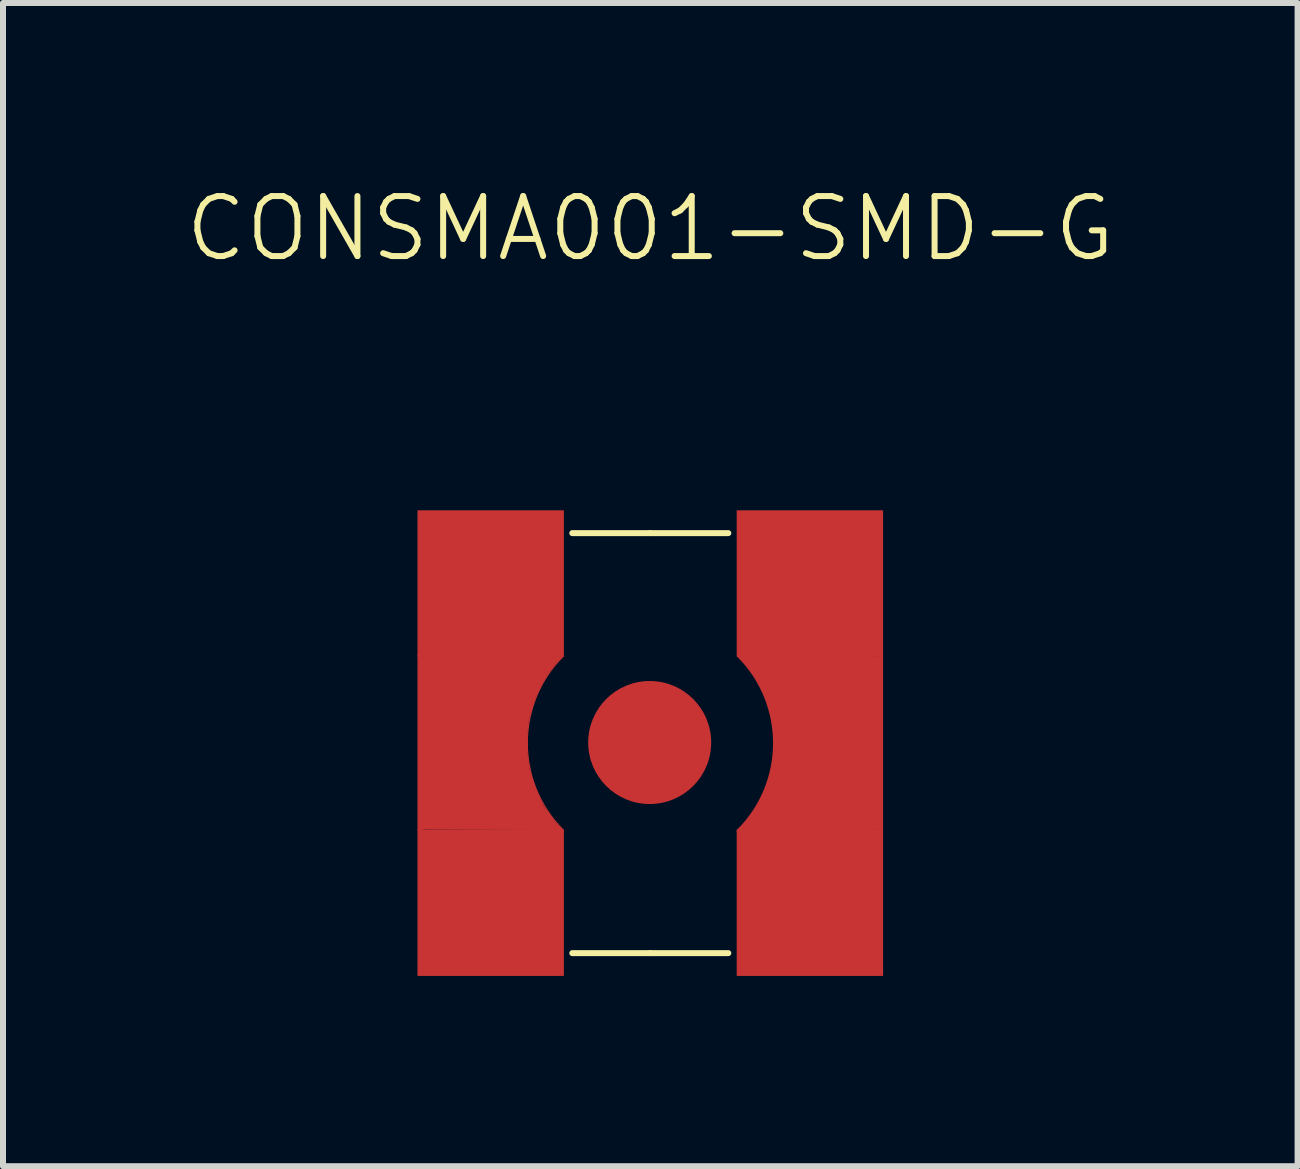
<source format=kicad_pcb>
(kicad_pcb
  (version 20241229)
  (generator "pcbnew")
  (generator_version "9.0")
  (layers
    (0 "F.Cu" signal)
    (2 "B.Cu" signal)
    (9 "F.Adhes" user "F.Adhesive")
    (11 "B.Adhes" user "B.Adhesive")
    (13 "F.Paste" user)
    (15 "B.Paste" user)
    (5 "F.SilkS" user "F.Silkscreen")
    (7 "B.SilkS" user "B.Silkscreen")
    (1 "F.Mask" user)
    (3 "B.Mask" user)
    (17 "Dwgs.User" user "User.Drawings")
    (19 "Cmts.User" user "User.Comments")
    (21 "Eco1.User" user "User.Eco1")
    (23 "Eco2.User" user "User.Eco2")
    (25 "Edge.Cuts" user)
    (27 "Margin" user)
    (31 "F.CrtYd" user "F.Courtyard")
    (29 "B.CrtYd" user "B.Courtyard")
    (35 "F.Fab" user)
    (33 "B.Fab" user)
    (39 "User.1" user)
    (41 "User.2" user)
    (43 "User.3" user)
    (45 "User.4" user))
  (footprint "CONSMA001-SMD-G"
    (layer "F.Cu")
    (at 7.788 9.335)
    (property "Reference" "CONSMA001-SMD-G" (at 0 -8.575 0) (unlocked yes) (layer "F.SilkS") (effects (font (size 1 1) (thickness 0.1))))
    (attr smd)
    (fp_line (start -3.83 -1.46) (end -3.83 1.44) (stroke (width 0.1) (type default)) (layer "F.Cu"))
    (fp_line (start 3.83 -1.44) (end 3.83 1.44) (stroke (width 0.1) (type default)) (layer "F.Cu"))
    (fp_arc (start -1.449586 1.449586) (mid -2.050024 0) (end -1.449586 -1.449586) (stroke (width 0.02) (type default)) (layer "F.Cu"))
    (fp_arc (start 1.494787 -1.464724) (mid 2.095937 0.003401) (end 1.49 1.469556) (stroke (width 0.1) (type default)) (layer "F.Cu"))
    (fp_poly (pts (xy 1.49 1.47) (xy 1.87 1) (xy 2.07 0.52) (xy 2.096 0.003) (xy 2.05 -0.53) (xy 1.9 -0.93) (xy 1.72 -1.22) (xy 1.495 -1.465) (xy 2.65 -1.49) (xy 3.83 -1.44) (xy 3.83 1.44) (xy 2.66 1.51)) (stroke (width 0.01) (type solid)) (fill yes) (layer "F.Cu"))
    (fp_poly (pts (xy -3.83 -1.46) (xy -3.83 1.44) (xy -1.45 1.45) (xy -1.58 1.32) (xy -1.78 1.04) (xy -1.91 0.75) (xy -2.01 0.44) (xy -2.05 0.16) (xy -2.05 -0.15) (xy -2.02 -0.4) (xy -1.91 -0.76) (xy -1.79 -1.01) (xy -1.68 -1.19) (xy -1.55 -1.35) (xy -1.45 -1.45)) (stroke (width 0) (type solid)) (fill yes) (layer "F.Cu"))
    (fp_line (start 0 -3.5) (end -1.3 -3.5) (stroke (width 0.1) (type default)) (layer "F.SilkS"))
    (fp_line (start 0 -3.5) (end 1.3 -3.5) (stroke (width 0.1) (type default)) (layer "F.SilkS"))
    (fp_line (start 0 3.5) (end -1.3 3.5) (stroke (width 0.1) (type default)) (layer "F.SilkS"))
    (fp_line (start 0 3.5) (end 1.3 3.5) (stroke (width 0.1) (type default)) (layer "F.SilkS"))
    (fp_rect (start -4 -4) (end 4 4) (stroke (width 0.1) (type default)) (fill no) (layer "Margin"))
    (pad "1" smd circle (at -0.01 -0.01) (size 2.05 2.05) (layers "F.Cu" "F.Mask" "F.Paste"))
    (pad "2" smd rect (at 2.66 -2.66) (size 2.44 2.44) (layers "F.Cu" "F.Mask" "F.Paste"))
    (pad "3" smd rect (at -2.66 2.66) (size 2.44 2.44) (layers "F.Cu" "F.Mask" "F.Paste"))
    (pad "4" smd rect (at 2.66 2.66) (size 2.44 2.44) (layers "F.Cu" "F.Mask" "F.Paste"))
    (pad "5" smd rect (at -2.66 -2.66) (size 2.44 2.44) (layers "F.Cu" "F.Mask" "F.Paste")))
  (gr_rect
    (start -3 -3)
    (end 18.576 16.386)
    (stroke (width 0.1) (type default))
    (fill no)
    (layer "Edge.Cuts")))
</source>
